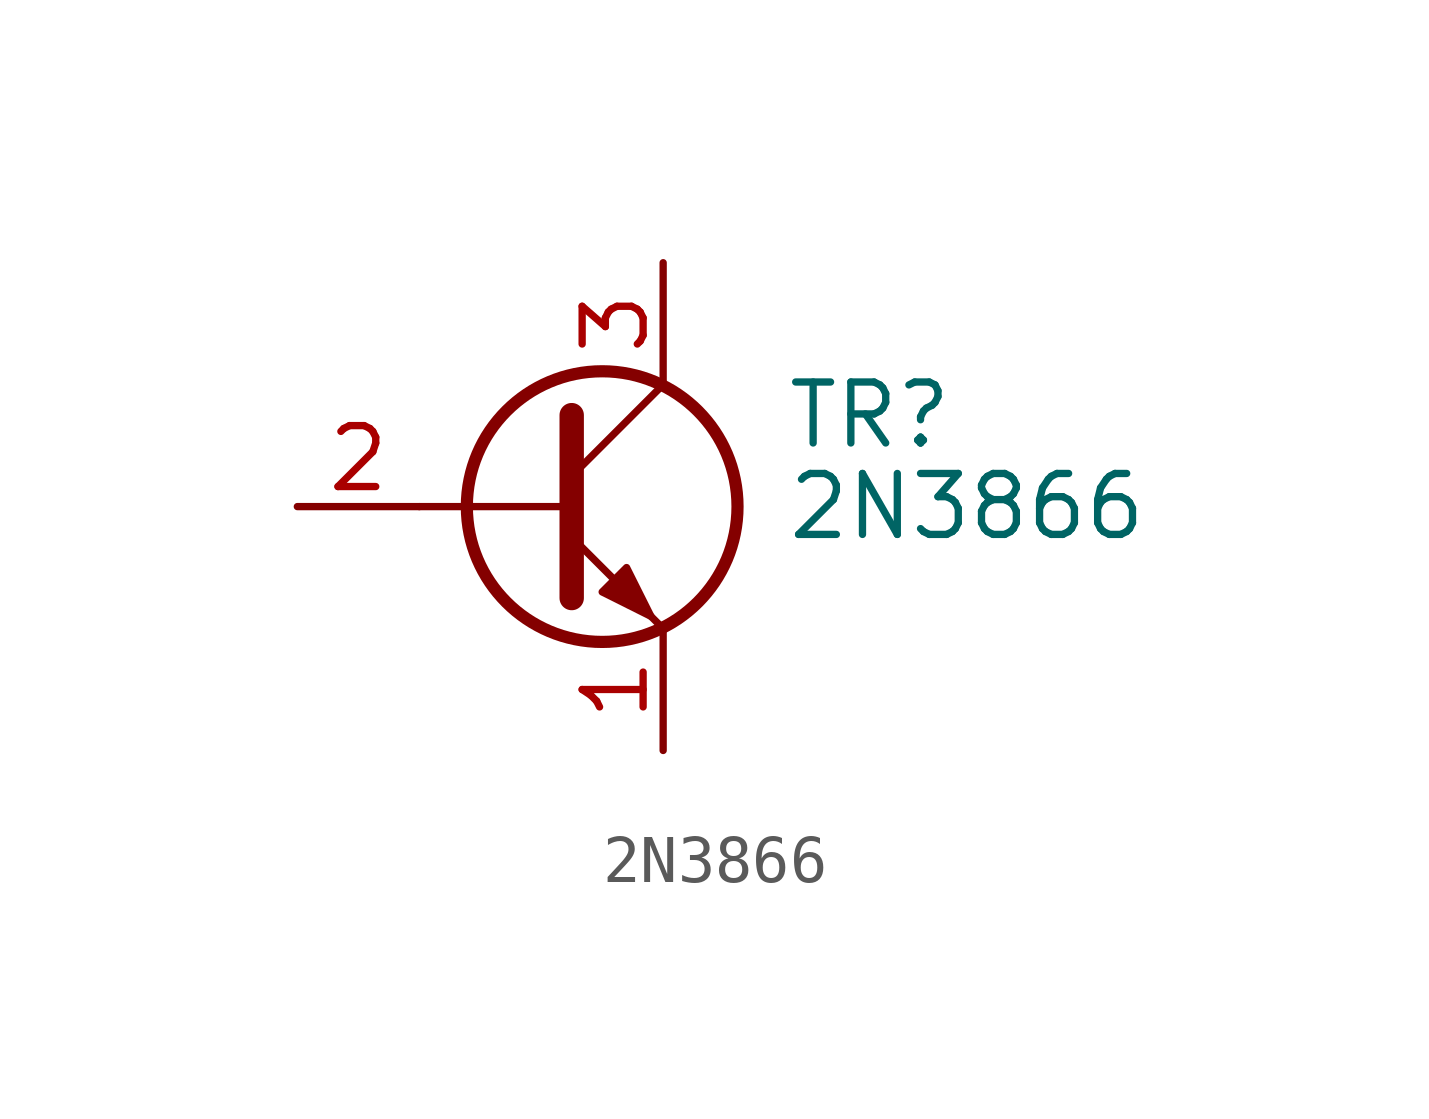
<source format=kicad_sym>
(kicad_symbol_lib
  (version 20241209)
  (generator "kicad_symbol_editor")
  (generator_version "9.0")
  (symbol "2N3866"
    (pin_names
      (offset 0)
      (hide yes))
    (property "Reference" "TR"
      (at 5.08 1.905 0)
      (effects (font (size 1.27 1.27)) (justify left)))
    (property "Value" "2N3866"
      (at 5.08 0 0)
      (effects (font (size 1.27 1.27)) (justify left)))
    (symbol "2N3866_0_1"
      (polyline (pts (xy -2.54 0) (xy 0.635 0)) (stroke (width 0) (type default)) (fill (type none)))
      (polyline (pts (xy 0.635 1.905) (xy 0.635 -1.905)) (stroke (width 0.508) (type default)) (fill (type none)))
      (circle (center 1.27 0) (radius 2.819) (stroke (width 0.254) (type default)) (fill (type none))))
    (symbol "2N3866_1_1"
      (polyline (pts (xy 0.635 0.635) (xy 2.54 2.54)) (stroke (width 0) (type default)) (fill (type none)))
      (polyline (pts (xy 0.635 -0.635) (xy 2.54 -2.54)) (stroke (width 0) (type default)) (fill (type none)))
      (polyline (pts (xy 1.27 -1.778) (xy 1.778 -1.27) (xy 2.286 -2.286) (xy 1.27 -1.778)) (stroke (width 0) (type default)) (fill (type outline)))
      (pin input line (at -5.08 0 0) (length 2.54) (name "B" (effects (font (size 1.27 1.27)))) (number "2" (effects (font (size 1.27 1.27)))))
      (pin passive line (at 2.54 5.08 270) (length 2.54) (name "C" (effects (font (size 1.27 1.27)))) (number "3" (effects (font (size 1.27 1.27)))))
      (pin passive line (at 2.54 -5.08 90) (length 2.54) (name "E" (effects (font (size 1.27 1.27)))) (number "1" (effects (font (size 1.27 1.27))))))))
</source>
